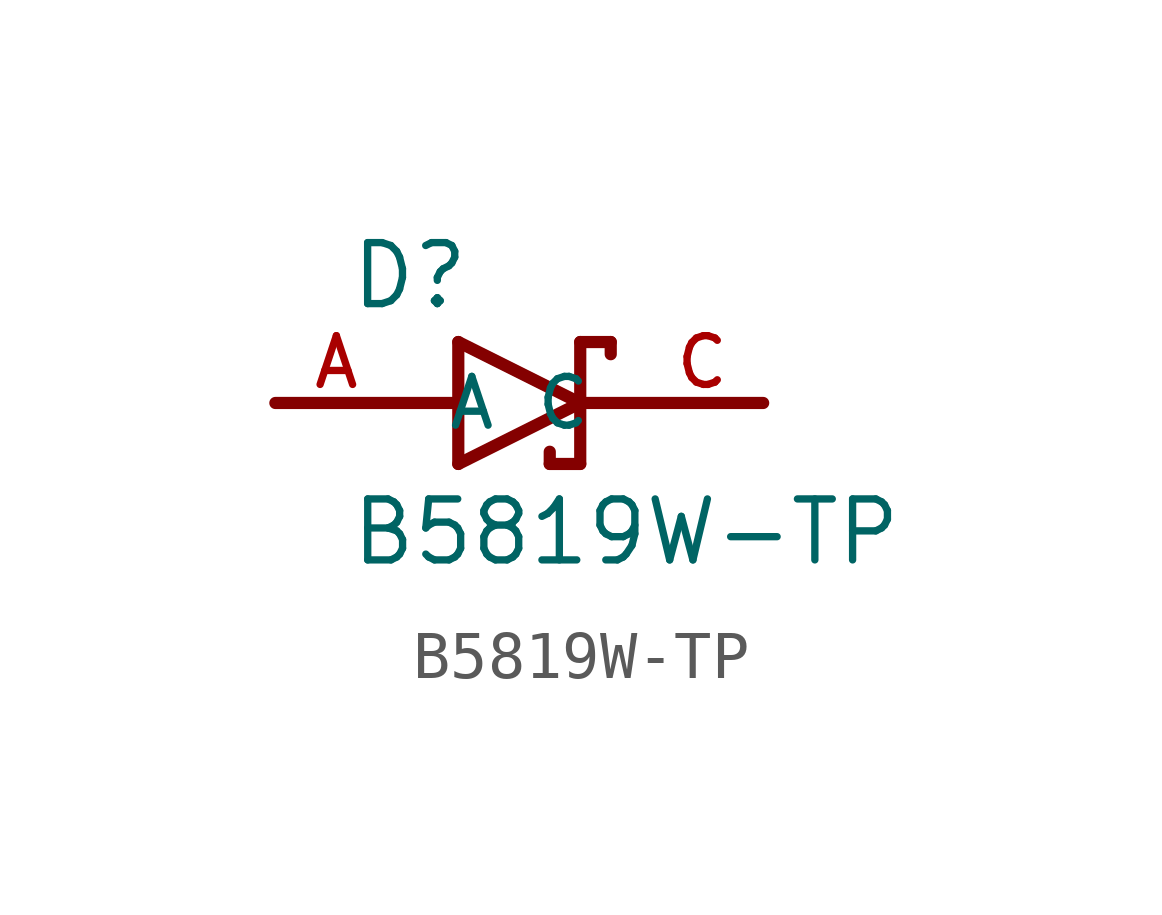
<source format=kicad_sym>
(kicad_symbol_lib
  (version 20220914)
  (generator kicad_symbol_editor)
  (symbol "B5819W-TP"
    (pin_names
      (offset 1.016))
    (property "Reference" "D"
      (at -3.561 1.907 0)
      (effects (font (size 1.27 1.27)) (justify left bottom)))
    (property "Value" "B5819W-TP"
      (at -3.559 -3.432 0)
      (effects (font (size 1.27 1.27)) (justify left bottom)))
    (symbol "B5819W-TP_0_0"
      (polyline (pts (xy -5.08 0) (xy -1.27 0)) (stroke (width 0.254) (type default)) (fill (type none)))
      (polyline (pts (xy -1.27 -1.27) (xy 1.27 0)) (stroke (width 0.254) (type default)) (fill (type none)))
      (polyline (pts (xy -1.27 0) (xy -1.27 -1.27)) (stroke (width 0.254) (type default)) (fill (type none)))
      (polyline (pts (xy -1.27 1.27) (xy -1.27 0)) (stroke (width 0.254) (type default)) (fill (type none)))
      (polyline (pts (xy 0.635 -1.016) (xy 0.635 -1.27)) (stroke (width 0.254) (type default)) (fill (type none)))
      (polyline (pts (xy 1.27 -1.27) (xy 0.635 -1.27)) (stroke (width 0.254) (type default)) (fill (type none)))
      (polyline (pts (xy 1.27 0) (xy -1.27 1.27)) (stroke (width 0.254) (type default)) (fill (type none)))
      (polyline (pts (xy 1.27 0) (xy 1.27 -1.27)) (stroke (width 0.254) (type default)) (fill (type none)))
      (polyline (pts (xy 1.27 0) (xy 5.08 0)) (stroke (width 0.254) (type default)) (fill (type none)))
      (polyline (pts (xy 1.27 1.27) (xy 1.27 0)) (stroke (width 0.254) (type default)) (fill (type none)))
      (polyline (pts (xy 1.905 1.27) (xy 1.27 1.27)) (stroke (width 0.254) (type default)) (fill (type none)))
      (polyline (pts (xy 1.905 1.27) (xy 1.905 1.016)) (stroke (width 0.254) (type default)) (fill (type none)))
      (pin passive line (at -5.08 0 0) (length 2.54) (name "A" (effects (font (size 1.016 1.016)))) (number "A" (effects (font (size 1.016 1.016)))))
      (pin passive line (at 5.08 0 180) (length 2.54) (name "C" (effects (font (size 1.016 1.016)))) (number "C" (effects (font (size 1.016 1.016))))))))
</source>
